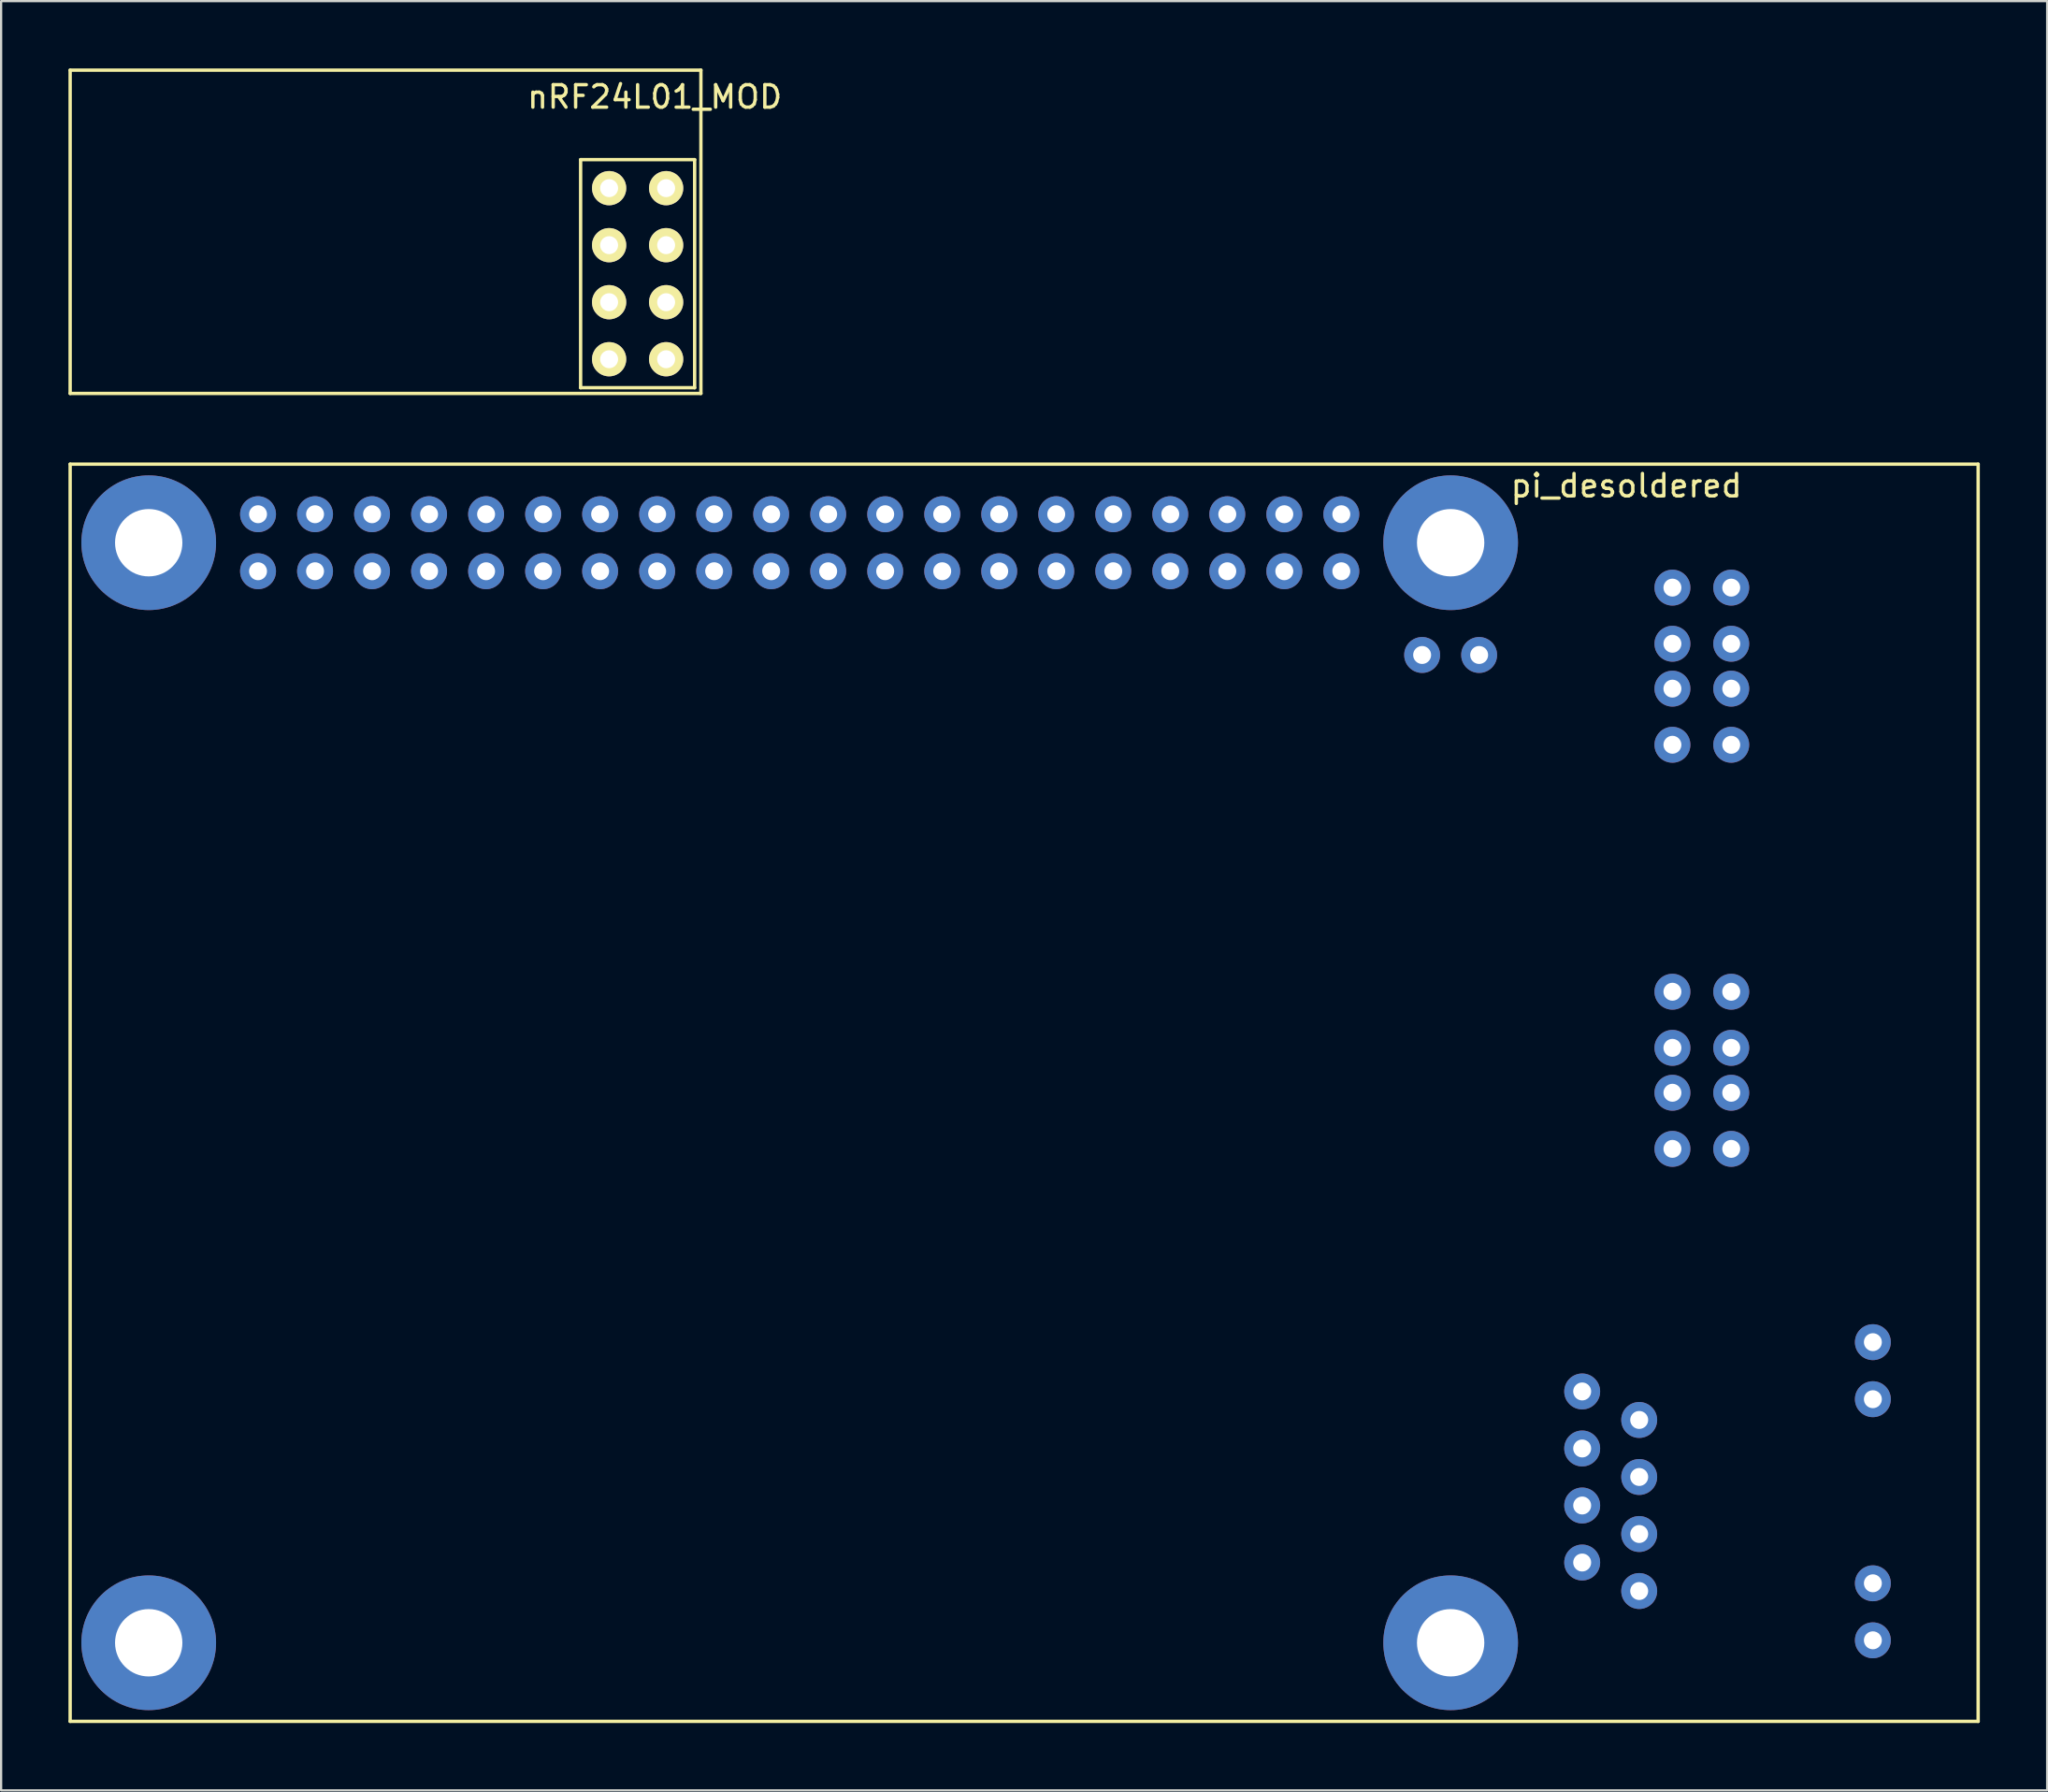
<source format=kicad_pcb>
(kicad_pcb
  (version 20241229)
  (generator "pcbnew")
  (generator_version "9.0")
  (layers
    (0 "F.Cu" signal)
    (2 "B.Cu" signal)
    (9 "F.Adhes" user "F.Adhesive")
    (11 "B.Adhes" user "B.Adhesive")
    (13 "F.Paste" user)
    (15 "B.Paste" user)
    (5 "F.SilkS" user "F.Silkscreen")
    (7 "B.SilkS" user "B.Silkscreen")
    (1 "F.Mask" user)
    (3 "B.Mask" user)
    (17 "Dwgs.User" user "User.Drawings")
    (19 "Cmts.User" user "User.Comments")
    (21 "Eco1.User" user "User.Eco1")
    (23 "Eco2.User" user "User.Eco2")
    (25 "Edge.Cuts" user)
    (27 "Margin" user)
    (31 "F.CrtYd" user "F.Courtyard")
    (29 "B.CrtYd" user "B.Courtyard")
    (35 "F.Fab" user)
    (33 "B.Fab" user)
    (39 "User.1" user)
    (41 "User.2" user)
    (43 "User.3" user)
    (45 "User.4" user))
  (footprint "pi_desoldered"
    (layer "F.Cu")
    (at 56.705 22.395)
    (property "Reference" "pi_desoldered" (at 12.7 -3.81 0) (layer "F.SilkS") (effects (font (size 1 1) (thickness 0.15))))
    (attr through_hole)
    (fp_line (start -56.63 -4.77) (end 28.37 -4.77) (stroke (width 0.15) (type solid)) (layer "F.SilkS"))
    (fp_line (start -56.63 51.23) (end -56.63 -4.77) (stroke (width 0.15) (type solid)) (layer "F.SilkS"))
    (fp_line (start -56.63 51.23) (end 28.37 51.23) (stroke (width 0.15) (type solid)) (layer "F.SilkS"))
    (fp_line (start 28.37 51.23) (end 28.37 -4.77) (stroke (width 0.15) (type solid)) (layer "F.SilkS"))
    (pad "" thru_hole circle (at -53.13 -1.27) (size 6 6) (drill 3) (layers "*.Cu" "*.Mask"))
    (pad "" thru_hole circle (at -53.13 47.73) (size 6 6) (drill 3) (layers "*.Cu" "*.Mask"))
    (pad "" thru_hole circle (at 4.87 -1.27) (size 6 6) (drill 3) (layers "*.Cu" "*.Mask"))
    (pad "" thru_hole circle (at 4.87 47.73) (size 6 6) (drill 3) (layers "*.Cu" "*.Mask"))
    (pad "1" thru_hole circle (at -48.26 0) (size 1.6 1.6) (drill 0.8) (layers "*.Cu" "*.Mask"))
    (pad "2" thru_hole circle (at -48.26 -2.54) (size 1.6 1.6) (drill 0.8) (layers "*.Cu" "*.Mask"))
    (pad "3" thru_hole circle (at -45.72 0) (size 1.6 1.6) (drill 0.8) (layers "*.Cu" "*.Mask"))
    (pad "4" thru_hole circle (at -45.72 -2.54) (size 1.6 1.6) (drill 0.8) (layers "*.Cu" "*.Mask"))
    (pad "5" thru_hole circle (at -43.18 0) (size 1.6 1.6) (drill 0.8) (layers "*.Cu" "*.Mask"))
    (pad "6" thru_hole circle (at -43.18 -2.54) (size 1.6 1.6) (drill 0.8) (layers "*.Cu" "*.Mask"))
    (pad "7" thru_hole circle (at -40.64 0) (size 1.6 1.6) (drill 0.8) (layers "*.Cu" "*.Mask"))
    (pad "8" thru_hole circle (at -40.64 -2.54) (size 1.6 1.6) (drill 0.8) (layers "*.Cu" "*.Mask"))
    (pad "9" thru_hole circle (at -38.1 0) (size 1.6 1.6) (drill 0.8) (layers "*.Cu" "*.Mask"))
    (pad "10" thru_hole circle (at -38.1 -2.54) (size 1.6 1.6) (drill 0.8) (layers "*.Cu" "*.Mask"))
    (pad "11" thru_hole circle (at -35.56 0) (size 1.6 1.6) (drill 0.8) (layers "*.Cu" "*.Mask"))
    (pad "12" thru_hole circle (at -35.56 -2.54) (size 1.6 1.6) (drill 0.8) (layers "*.Cu" "*.Mask"))
    (pad "13" thru_hole circle (at -33.02 0) (size 1.6 1.6) (drill 0.8) (layers "*.Cu" "*.Mask"))
    (pad "14" thru_hole circle (at -33.02 -2.54) (size 1.6 1.6) (drill 0.8) (layers "*.Cu" "*.Mask"))
    (pad "15" thru_hole circle (at -30.48 0) (size 1.6 1.6) (drill 0.8) (layers "*.Cu" "*.Mask"))
    (pad "16" thru_hole circle (at -30.48 -2.54) (size 1.6 1.6) (drill 0.8) (layers "*.Cu" "*.Mask"))
    (pad "17" thru_hole circle (at -27.94 0) (size 1.6 1.6) (drill 0.8) (layers "*.Cu" "*.Mask"))
    (pad "18" thru_hole circle (at -27.94 -2.54) (size 1.6 1.6) (drill 0.8) (layers "*.Cu" "*.Mask"))
    (pad "19" thru_hole circle (at -25.4 0) (size 1.6 1.6) (drill 0.8) (layers "*.Cu" "*.Mask"))
    (pad "20" thru_hole circle (at -25.4 -2.54) (size 1.6 1.6) (drill 0.8) (layers "*.Cu" "*.Mask"))
    (pad "21" thru_hole circle (at -22.86 0) (size 1.6 1.6) (drill 0.8) (layers "*.Cu" "*.Mask"))
    (pad "22" thru_hole circle (at -22.86 -2.54) (size 1.6 1.6) (drill 0.8) (layers "*.Cu" "*.Mask"))
    (pad "23" thru_hole circle (at -20.32 0) (size 1.6 1.6) (drill 0.8) (layers "*.Cu" "*.Mask"))
    (pad "24" thru_hole circle (at -20.32 -2.54 90) (size 1.6 1.6) (drill 0.8) (layers "*.Cu" "*.Mask"))
    (pad "25" thru_hole circle (at -17.78 0) (size 1.6 1.6) (drill 0.8) (layers "*.Cu" "*.Mask"))
    (pad "26" thru_hole circle (at -17.78 -2.54) (size 1.6 1.6) (drill 0.8) (layers "*.Cu" "*.Mask"))
    (pad "27" thru_hole circle (at -15.24 0) (size 1.6 1.6) (drill 0.8) (layers "*.Cu" "*.Mask"))
    (pad "28" thru_hole circle (at -15.24 -2.54) (size 1.6 1.6) (drill 0.8) (layers "*.Cu" "*.Mask"))
    (pad "29" thru_hole circle (at -12.7 0) (size 1.6 1.6) (drill 0.8) (layers "*.Cu" "*.Mask"))
    (pad "30" thru_hole circle (at -12.7 -2.54) (size 1.6 1.6) (drill 0.8) (layers "*.Cu" "*.Mask"))
    (pad "31" thru_hole circle (at -10.16 0) (size 1.6 1.6) (drill 0.8) (layers "*.Cu" "*.Mask"))
    (pad "32" thru_hole circle (at -10.16 -2.54) (size 1.6 1.6) (drill 0.8) (layers "*.Cu" "*.Mask"))
    (pad "33" thru_hole circle (at -7.62 0) (size 1.6 1.6) (drill 0.8) (layers "*.Cu" "*.Mask"))
    (pad "34" thru_hole circle (at -7.62 -2.54) (size 1.6 1.6) (drill 0.8) (layers "*.Cu" "*.Mask"))
    (pad "35" thru_hole circle (at -5.08 0) (size 1.6 1.6) (drill 0.8) (layers "*.Cu" "*.Mask"))
    (pad "36" thru_hole circle (at -5.08 -2.54) (size 1.6 1.6) (drill 0.8) (layers "*.Cu" "*.Mask"))
    (pad "37" thru_hole circle (at -2.54 0) (size 1.6 1.6) (drill 0.8) (layers "*.Cu" "*.Mask"))
    (pad "38" thru_hole circle (at -2.54 -2.54) (size 1.6 1.6) (drill 0.8) (layers "*.Cu" "*.Mask"))
    (pad "39" thru_hole circle (at 0 0) (size 1.6 1.6) (drill 0.8) (layers "*.Cu" "*.Mask"))
    (pad "40" thru_hole circle (at 0 -2.54) (size 1.6 1.6) (drill 0.8) (layers "*.Cu" "*.Mask"))
    (pad "A1" thru_hole circle (at 14.75 7.73) (size 1.6 1.6) (drill 0.8) (layers "*.Cu" "*.Mask"))
    (pad "A2" thru_hole circle (at 14.75 5.23) (size 1.6 1.6) (drill 0.8) (layers "*.Cu" "*.Mask"))
    (pad "A3" thru_hole circle (at 14.75 3.23) (size 1.6 1.6) (drill 0.8) (layers "*.Cu" "*.Mask"))
    (pad "A4" thru_hole circle (at 14.75 0.73) (size 1.6 1.6) (drill 0.8) (layers "*.Cu" "*.Mask"))
    (pad "B1" thru_hole circle (at 17.37 7.73) (size 1.6 1.6) (drill 0.8) (layers "*.Cu" "*.Mask"))
    (pad "B2" thru_hole circle (at 17.37 5.23) (size 1.6 1.6) (drill 0.8) (layers "*.Cu" "*.Mask"))
    (pad "B3" thru_hole circle (at 17.37 3.23) (size 1.6 1.6) (drill 0.8) (layers "*.Cu" "*.Mask"))
    (pad "B4" thru_hole circle (at 17.37 0.73) (size 1.6 1.6) (drill 0.8) (layers "*.Cu" "*.Mask"))
    (pad "C1" thru_hole circle (at 14.75 25.73) (size 1.6 1.6) (drill 0.8) (layers "*.Cu" "*.Mask"))
    (pad "C2" thru_hole circle (at 14.75 23.23) (size 1.6 1.6) (drill 0.8) (layers "*.Cu" "*.Mask"))
    (pad "C3" thru_hole circle (at 14.75 21.23) (size 1.6 1.6) (drill 0.8) (layers "*.Cu" "*.Mask"))
    (pad "C4" thru_hole circle (at 14.75 18.73) (size 1.6 1.6) (drill 0.8) (layers "*.Cu" "*.Mask"))
    (pad "D1" thru_hole circle (at 17.37 25.73) (size 1.6 1.6) (drill 0.8) (layers "*.Cu" "*.Mask"))
    (pad "D2" thru_hole circle (at 17.37 23.23) (size 1.6 1.6) (drill 0.8) (layers "*.Cu" "*.Mask"))
    (pad "D3" thru_hole circle (at 17.37 21.23) (size 1.6 1.6) (drill 0.8) (layers "*.Cu" "*.Mask"))
    (pad "D4" thru_hole circle (at 17.37 18.73) (size 1.6 1.6) (drill 0.8) (layers "*.Cu" "*.Mask"))
    (pad "N1" thru_hole circle (at 13.27 45.425) (size 1.6 1.6) (drill 0.8) (layers "*.Cu" "*.Mask"))
    (pad "N2" thru_hole circle (at 10.73 44.155) (size 1.6 1.6) (drill 0.8) (layers "*.Cu" "*.Mask"))
    (pad "N3" thru_hole circle (at 13.27 42.885) (size 1.6 1.6) (drill 0.8) (layers "*.Cu" "*.Mask"))
    (pad "N4" thru_hole circle (at 10.73 41.615) (size 1.6 1.6) (drill 0.8) (layers "*.Cu" "*.Mask"))
    (pad "N5" thru_hole circle (at 13.27 40.345) (size 1.6 1.6) (drill 0.8) (layers "*.Cu" "*.Mask"))
    (pad "N6" thru_hole circle (at 10.73 39.075) (size 1.6 1.6) (drill 0.8) (layers "*.Cu" "*.Mask"))
    (pad "N7" thru_hole circle (at 13.27 37.805) (size 1.6 1.6) (drill 0.8) (layers "*.Cu" "*.Mask"))
    (pad "N8" thru_hole circle (at 10.73 36.535) (size 1.6 1.6) (drill 0.8) (layers "*.Cu" "*.Mask"))
    (pad "N9" thru_hole circle (at 23.68 47.62) (size 1.6 1.6) (drill 0.8) (layers "*.Cu" "*.Mask"))
    (pad "N10" thru_hole circle (at 23.68 45.08) (size 1.6 1.6) (drill 0.8) (layers "*.Cu" "*.Mask"))
    (pad "N11" thru_hole circle (at 23.68 36.88) (size 1.6 1.6) (drill 0.8) (layers "*.Cu" "*.Mask"))
    (pad "N12" thru_hole circle (at 23.68 34.34) (size 1.6 1.6) (drill 0.8) (layers "*.Cu" "*.Mask"))
    (pad "R1" thru_hole circle (at 3.6 3.73) (size 1.6 1.6) (drill 0.8) (layers "*.Cu" "*.Mask"))
    (pad "R2" thru_hole circle (at 6.14 3.73) (size 1.6 1.6) (drill 0.8) (layers "*.Cu" "*.Mask")))
  (footprint "nRF24L01_MOD"
    (layer "F.Cu")
    (at 25.356 9.141)
    (property "Reference" "nRF24L01_MOD" (at 0.762 -7.874 0) (layer "F.SilkS") (effects (font (size 1 1) (thickness 0.15))))
    (attr through_hole)
    (fp_line (start -25.281 5.334) (end -25.281 -9.066) (stroke (width 0.15) (type solid)) (layer "F.SilkS"))
    (fp_line (start -25.281 5.334) (end 2.819 5.334) (stroke (width 0.15) (type solid)) (layer "F.SilkS"))
    (fp_line (start -2.54 -5.08) (end 2.54 -5.08) (stroke (width 0.15) (type solid)) (layer "F.SilkS"))
    (fp_line (start -2.54 5.08) (end -2.54 -5.08) (stroke (width 0.15) (type solid)) (layer "F.SilkS"))
    (fp_line (start 2.54 -5.08) (end 2.54 5.08) (stroke (width 0.15) (type solid)) (layer "F.SilkS"))
    (fp_line (start 2.54 5.08) (end -2.54 5.08) (stroke (width 0.15) (type solid)) (layer "F.SilkS"))
    (fp_line (start 2.819 -9.066) (end -25.281 -9.066) (stroke (width 0.15) (type solid)) (layer "F.SilkS"))
    (fp_line (start 2.819 -9.066) (end 2.819 5.334) (stroke (width 0.15) (type solid)) (layer "F.SilkS"))
    (pad "1" thru_hole oval (at 1.27 -3.81) (size 1.524 1.524) (drill 0.8) (layers "*.Cu" "*.Mask" "F.SilkS"))
    (pad "2" thru_hole oval (at -1.27 -3.81) (size 1.524 1.524) (drill 0.8) (layers "*.Cu" "*.Mask" "F.SilkS"))
    (pad "3" thru_hole oval (at 1.27 -1.27) (size 1.524 1.524) (drill 0.8) (layers "*.Cu" "*.Mask" "F.SilkS"))
    (pad "4" thru_hole oval (at -1.27 -1.27) (size 1.524 1.524) (drill 0.8) (layers "*.Cu" "*.Mask" "F.SilkS"))
    (pad "5" thru_hole oval (at 1.27 1.27) (size 1.524 1.524) (drill 0.8) (layers "*.Cu" "*.Mask" "F.SilkS"))
    (pad "6" thru_hole oval (at -1.27 1.27) (size 1.524 1.524) (drill 0.8) (layers "*.Cu" "*.Mask" "F.SilkS"))
    (pad "7" thru_hole oval (at 1.27 3.81) (size 1.524 1.524) (drill 0.8) (layers "*.Cu" "*.Mask" "F.SilkS"))
    (pad "8" thru_hole oval (at -1.27 3.81) (size 1.524 1.524) (drill 0.8) (layers "*.Cu" "*.Mask" "F.SilkS")))
  (gr_rect
    (start -3 -3)
    (end 88.15 76.7)
    (stroke (width 0.1) (type default))
    (fill no)
    (layer "Edge.Cuts")))
</source>
